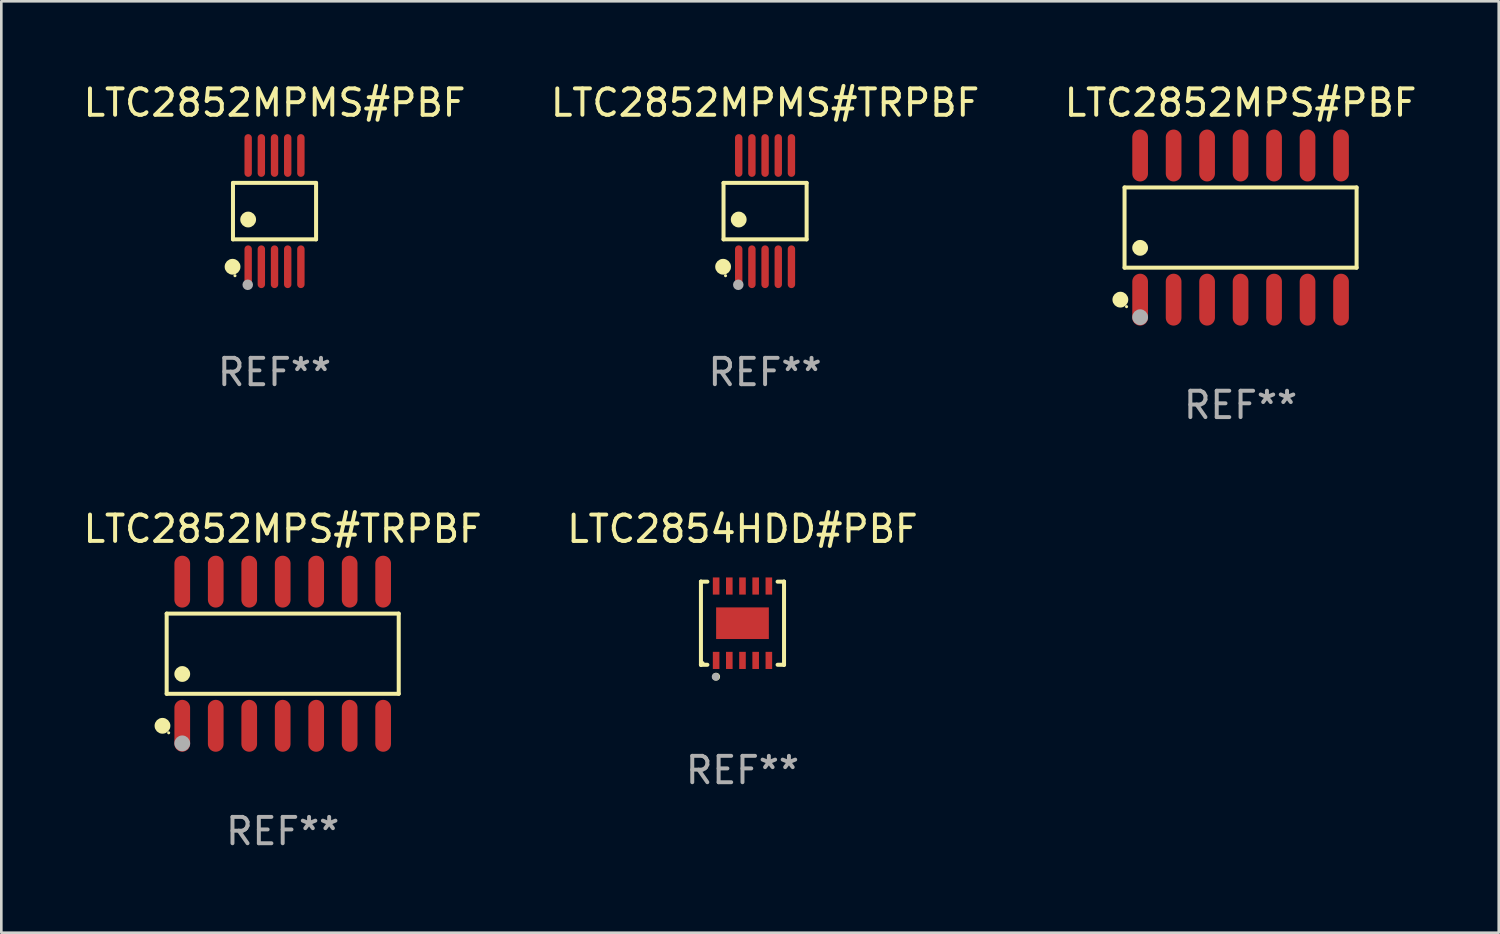
<source format=kicad_pcb>
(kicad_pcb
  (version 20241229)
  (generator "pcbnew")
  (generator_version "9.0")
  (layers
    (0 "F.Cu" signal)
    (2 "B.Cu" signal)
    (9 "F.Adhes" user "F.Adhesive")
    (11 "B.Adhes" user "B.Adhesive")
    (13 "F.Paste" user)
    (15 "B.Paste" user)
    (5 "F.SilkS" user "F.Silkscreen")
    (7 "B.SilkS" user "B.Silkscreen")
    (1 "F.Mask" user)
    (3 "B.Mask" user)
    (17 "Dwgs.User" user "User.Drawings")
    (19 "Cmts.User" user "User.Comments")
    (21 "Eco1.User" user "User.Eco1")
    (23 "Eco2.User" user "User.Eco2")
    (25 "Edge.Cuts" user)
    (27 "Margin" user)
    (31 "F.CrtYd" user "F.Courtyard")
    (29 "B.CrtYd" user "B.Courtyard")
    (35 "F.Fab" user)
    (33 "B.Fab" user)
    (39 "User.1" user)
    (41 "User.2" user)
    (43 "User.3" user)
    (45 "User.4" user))
  (footprint "LTC2852MPS#TRPBF"
    (layer "F.Cu")
    (at 7.673 21.746)
    (property "Reference" "LTC2852MPS#TRPBF" (at 0 -4.734 0) (layer "F.SilkS") (effects (font (size 1 1) (thickness 0.15))))
    (attr through_hole)
    (fp_line (start -4.401 -1.521) (end 4.401 -1.521) (stroke (width 0.152) (type solid)) (layer "F.SilkS"))
    (fp_line (start -4.401 1.521) (end -4.401 -1.521) (stroke (width 0.152) (type solid)) (layer "F.SilkS"))
    (fp_line (start 4.401 -1.521) (end 4.401 1.521) (stroke (width 0.152) (type solid)) (layer "F.SilkS"))
    (fp_line (start 4.401 1.521) (end -4.401 1.521) (stroke (width 0.152) (type solid)) (layer "F.SilkS"))
    (fp_circle (center -4.56 2.734) (end -4.41 2.734) (stroke (width 0.3) (type solid)) (fill no) (layer "F.SilkS"))
    (fp_circle (center -4.325 3) (end -4.295 3) (stroke (width 0.06) (type solid)) (fill no) (layer "F.SilkS"))
    (fp_circle (center -3.81 0.769) (end -3.66 0.769) (stroke (width 0.3) (type solid)) (fill no) (layer "F.SilkS"))
    (fp_circle (center -3.81 3.4) (end -3.66 3.4) (stroke (width 0.3) (type solid)) (fill no) (layer "F.Fab"))
    (fp_text user "REF**" (at 0 6.734 0) (layer "F.Fab") (effects (font (size 1 1) (thickness 0.15))))
    (pad "1" smd oval (at -3.81 2.734) (size 0.595 1.968) (layers "F.Cu" "F.Mask" "F.Paste"))
    (pad "2" smd oval (at -2.54 2.734) (size 0.595 1.968) (layers "F.Cu" "F.Mask" "F.Paste"))
    (pad "3" smd oval (at -1.27 2.734) (size 0.595 1.968) (layers "F.Cu" "F.Mask" "F.Paste"))
    (pad "4" smd oval (at 0 2.734) (size 0.595 1.968) (layers "F.Cu" "F.Mask" "F.Paste"))
    (pad "5" smd oval (at 1.27 2.734) (size 0.595 1.968) (layers "F.Cu" "F.Mask" "F.Paste"))
    (pad "6" smd oval (at 2.54 2.734) (size 0.595 1.968) (layers "F.Cu" "F.Mask" "F.Paste"))
    (pad "7" smd oval (at 3.81 2.734) (size 0.595 1.968) (layers "F.Cu" "F.Mask" "F.Paste"))
    (pad "8" smd oval (at 3.81 -2.734) (size 0.595 1.968) (layers "F.Cu" "F.Mask" "F.Paste"))
    (pad "9" smd oval (at 2.54 -2.734) (size 0.595 1.968) (layers "F.Cu" "F.Mask" "F.Paste"))
    (pad "10" smd oval (at 1.27 -2.734) (size 0.595 1.968) (layers "F.Cu" "F.Mask" "F.Paste"))
    (pad "11" smd oval (at 0 -2.734) (size 0.595 1.968) (layers "F.Cu" "F.Mask" "F.Paste"))
    (pad "12" smd oval (at -1.27 -2.734) (size 0.595 1.968) (layers "F.Cu" "F.Mask" "F.Paste"))
    (pad "13" smd oval (at -2.54 -2.734) (size 0.595 1.968) (layers "F.Cu" "F.Mask" "F.Paste"))
    (pad "14" smd oval (at -3.81 -2.734) (size 0.595 1.968) (layers "F.Cu" "F.Mask" "F.Paste")))
  (footprint "LTC2852MPMS#TRPBF"
    (layer "F.Cu")
    (at 25.97 4.958)
    (property "Reference" "LTC2852MPMS#TRPBF" (at 0 -4.11 0) (layer "F.SilkS") (effects (font (size 1 1) (thickness 0.15))))
    (attr through_hole)
    (fp_line (start -1.576 -1.071) (end 1.576 -1.071) (stroke (width 0.152) (type solid)) (layer "F.SilkS"))
    (fp_line (start -1.576 1.071) (end -1.576 -1.071) (stroke (width 0.152) (type solid)) (layer "F.SilkS"))
    (fp_line (start 1.576 -1.071) (end 1.576 1.071) (stroke (width 0.152) (type solid)) (layer "F.SilkS"))
    (fp_line (start 1.576 1.071) (end -1.576 1.071) (stroke (width 0.152) (type solid)) (layer "F.SilkS"))
    (fp_circle (center -1.592 2.11) (end -1.442 2.11) (stroke (width 0.3) (type solid)) (fill no) (layer "F.SilkS"))
    (fp_circle (center -1.5 2.45) (end -1.47 2.45) (stroke (width 0.06) (type solid)) (fill no) (layer "F.SilkS"))
    (fp_circle (center -1 0.319) (end -0.85 0.319) (stroke (width 0.3) (type solid)) (fill no) (layer "F.SilkS"))
    (fp_circle (center -1.016 2.794) (end -0.916 2.794) (stroke (width 0.2) (type solid)) (fill no) (layer "F.Fab"))
    (fp_text user "REF**" (at 0 6.11 0) (layer "F.Fab") (effects (font (size 1 1) (thickness 0.15))))
    (pad "1" smd oval (at -1 2.11) (size 0.28 1.62) (layers "F.Cu" "F.Mask" "F.Paste"))
    (pad "2" smd oval (at -0.5 2.11) (size 0.28 1.62) (layers "F.Cu" "F.Mask" "F.Paste"))
    (pad "3" smd oval (at 0 2.11) (size 0.28 1.62) (layers "F.Cu" "F.Mask" "F.Paste"))
    (pad "4" smd oval (at 0.5 2.11) (size 0.28 1.62) (layers "F.Cu" "F.Mask" "F.Paste"))
    (pad "5" smd oval (at 1 2.11) (size 0.28 1.62) (layers "F.Cu" "F.Mask" "F.Paste"))
    (pad "6" smd oval (at 1 -2.11) (size 0.28 1.62) (layers "F.Cu" "F.Mask" "F.Paste"))
    (pad "7" smd oval (at 0.5 -2.11) (size 0.28 1.62) (layers "F.Cu" "F.Mask" "F.Paste"))
    (pad "8" smd oval (at 0 -2.11) (size 0.28 1.62) (layers "F.Cu" "F.Mask" "F.Paste"))
    (pad "9" smd oval (at -0.5 -2.11) (size 0.28 1.62) (layers "F.Cu" "F.Mask" "F.Paste"))
    (pad "10" smd oval (at -1 -2.11) (size 0.28 1.62) (layers "F.Cu" "F.Mask" "F.Paste")))
  (footprint "LTC2852MPS#PBF"
    (layer "F.Cu")
    (at 44.006 5.582)
    (property "Reference" "LTC2852MPS#PBF" (at 0 -4.734 0) (layer "F.SilkS") (effects (font (size 1 1) (thickness 0.15))))
    (attr through_hole)
    (fp_line (start -4.401 -1.521) (end 4.401 -1.521) (stroke (width 0.152) (type solid)) (layer "F.SilkS"))
    (fp_line (start -4.401 1.521) (end -4.401 -1.521) (stroke (width 0.152) (type solid)) (layer "F.SilkS"))
    (fp_line (start 4.401 -1.521) (end 4.401 1.521) (stroke (width 0.152) (type solid)) (layer "F.SilkS"))
    (fp_line (start 4.401 1.521) (end -4.401 1.521) (stroke (width 0.152) (type solid)) (layer "F.SilkS"))
    (fp_circle (center -4.56 2.734) (end -4.41 2.734) (stroke (width 0.3) (type solid)) (fill no) (layer "F.SilkS"))
    (fp_circle (center -4.325 3) (end -4.295 3) (stroke (width 0.06) (type solid)) (fill no) (layer "F.SilkS"))
    (fp_circle (center -3.81 0.769) (end -3.66 0.769) (stroke (width 0.3) (type solid)) (fill no) (layer "F.SilkS"))
    (fp_circle (center -3.81 3.4) (end -3.66 3.4) (stroke (width 0.3) (type solid)) (fill no) (layer "F.Fab"))
    (fp_text user "REF**" (at 0 6.734 0) (layer "F.Fab") (effects (font (size 1 1) (thickness 0.15))))
    (pad "1" smd oval (at -3.81 2.734) (size 0.595 1.968) (layers "F.Cu" "F.Mask" "F.Paste"))
    (pad "2" smd oval (at -2.54 2.734) (size 0.595 1.968) (layers "F.Cu" "F.Mask" "F.Paste"))
    (pad "3" smd oval (at -1.27 2.734) (size 0.595 1.968) (layers "F.Cu" "F.Mask" "F.Paste"))
    (pad "4" smd oval (at 0 2.734) (size 0.595 1.968) (layers "F.Cu" "F.Mask" "F.Paste"))
    (pad "5" smd oval (at 1.27 2.734) (size 0.595 1.968) (layers "F.Cu" "F.Mask" "F.Paste"))
    (pad "6" smd oval (at 2.54 2.734) (size 0.595 1.968) (layers "F.Cu" "F.Mask" "F.Paste"))
    (pad "7" smd oval (at 3.81 2.734) (size 0.595 1.968) (layers "F.Cu" "F.Mask" "F.Paste"))
    (pad "8" smd oval (at 3.81 -2.734) (size 0.595 1.968) (layers "F.Cu" "F.Mask" "F.Paste"))
    (pad "9" smd oval (at 2.54 -2.734) (size 0.595 1.968) (layers "F.Cu" "F.Mask" "F.Paste"))
    (pad "10" smd oval (at 1.27 -2.734) (size 0.595 1.968) (layers "F.Cu" "F.Mask" "F.Paste"))
    (pad "11" smd oval (at 0 -2.734) (size 0.595 1.968) (layers "F.Cu" "F.Mask" "F.Paste"))
    (pad "12" smd oval (at -1.27 -2.734) (size 0.595 1.968) (layers "F.Cu" "F.Mask" "F.Paste"))
    (pad "13" smd oval (at -2.54 -2.734) (size 0.595 1.968) (layers "F.Cu" "F.Mask" "F.Paste"))
    (pad "14" smd oval (at -3.81 -2.734) (size 0.595 1.968) (layers "F.Cu" "F.Mask" "F.Paste")))
  (footprint "LTC2852MPMS#PBF"
    (layer "F.Cu")
    (at 7.363 4.958)
    (property "Reference" "LTC2852MPMS#PBF" (at 0 -4.11 0) (layer "F.SilkS") (effects (font (size 1 1) (thickness 0.15))))
    (attr through_hole)
    (fp_line (start -1.576 -1.071) (end 1.576 -1.071) (stroke (width 0.152) (type solid)) (layer "F.SilkS"))
    (fp_line (start -1.576 1.071) (end -1.576 -1.071) (stroke (width 0.152) (type solid)) (layer "F.SilkS"))
    (fp_line (start 1.576 -1.071) (end 1.576 1.071) (stroke (width 0.152) (type solid)) (layer "F.SilkS"))
    (fp_line (start 1.576 1.071) (end -1.576 1.071) (stroke (width 0.152) (type solid)) (layer "F.SilkS"))
    (fp_circle (center -1.592 2.11) (end -1.442 2.11) (stroke (width 0.3) (type solid)) (fill no) (layer "F.SilkS"))
    (fp_circle (center -1.5 2.45) (end -1.47 2.45) (stroke (width 0.06) (type solid)) (fill no) (layer "F.SilkS"))
    (fp_circle (center -1 0.319) (end -0.85 0.319) (stroke (width 0.3) (type solid)) (fill no) (layer "F.SilkS"))
    (fp_circle (center -1.016 2.794) (end -0.916 2.794) (stroke (width 0.2) (type solid)) (fill no) (layer "F.Fab"))
    (fp_text user "REF**" (at 0 6.11 0) (layer "F.Fab") (effects (font (size 1 1) (thickness 0.15))))
    (pad "1" smd oval (at -1 2.11) (size 0.28 1.62) (layers "F.Cu" "F.Mask" "F.Paste"))
    (pad "2" smd oval (at -0.5 2.11) (size 0.28 1.62) (layers "F.Cu" "F.Mask" "F.Paste"))
    (pad "3" smd oval (at 0 2.11) (size 0.28 1.62) (layers "F.Cu" "F.Mask" "F.Paste"))
    (pad "4" smd oval (at 0.5 2.11) (size 0.28 1.62) (layers "F.Cu" "F.Mask" "F.Paste"))
    (pad "5" smd oval (at 1 2.11) (size 0.28 1.62) (layers "F.Cu" "F.Mask" "F.Paste"))
    (pad "6" smd oval (at 1 -2.11) (size 0.28 1.62) (layers "F.Cu" "F.Mask" "F.Paste"))
    (pad "7" smd oval (at 0.5 -2.11) (size 0.28 1.62) (layers "F.Cu" "F.Mask" "F.Paste"))
    (pad "8" smd oval (at 0 -2.11) (size 0.28 1.62) (layers "F.Cu" "F.Mask" "F.Paste"))
    (pad "9" smd oval (at -0.5 -2.11) (size 0.28 1.62) (layers "F.Cu" "F.Mask" "F.Paste"))
    (pad "10" smd oval (at -1 -2.11) (size 0.28 1.62) (layers "F.Cu" "F.Mask" "F.Paste")))
  (footprint "LTC2854HDD#PBF"
    (layer "F.Cu")
    (at 25.113 20.589)
    (property "Reference" "LTC2854HDD#PBF" (at 0 -3.576 0) (layer "F.SilkS") (effects (font (size 1 1) (thickness 0.15))))
    (attr through_hole)
    (fp_line (start -1.576 -1.576) (end -1.576 -1.576) (stroke (width 0.152) (type solid)) (layer "F.SilkS"))
    (fp_line (start -1.576 -1.576) (end -1.331 -1.576) (stroke (width 0.152) (type solid)) (layer "F.SilkS"))
    (fp_line (start -1.576 1.576) (end -1.576 -1.576) (stroke (width 0.152) (type solid)) (layer "F.SilkS"))
    (fp_line (start -1.576 1.576) (end -1.576 1.576) (stroke (width 0.152) (type solid)) (layer "F.SilkS"))
    (fp_line (start -1.331 1.576) (end -1.576 1.576) (stroke (width 0.152) (type solid)) (layer "F.SilkS"))
    (fp_line (start 1.331 1.576) (end 1.576 1.576) (stroke (width 0.152) (type solid)) (layer "F.SilkS"))
    (fp_line (start 1.576 -1.576) (end 1.331 -1.576) (stroke (width 0.152) (type solid)) (layer "F.SilkS"))
    (fp_line (start 1.576 -1.576) (end 1.576 -1.576) (stroke (width 0.152) (type solid)) (layer "F.SilkS"))
    (fp_line (start 1.576 1.576) (end 1.576 -1.576) (stroke (width 0.152) (type solid)) (layer "F.SilkS"))
    (fp_line (start 1.576 1.576) (end 1.576 1.576) (stroke (width 0.152) (type solid)) (layer "F.SilkS"))
    (fp_circle (center -1.5 1.5) (end -1.47 1.5) (stroke (width 0.06) (type solid)) (fill no) (layer "F.SilkS"))
    (fp_circle (center -1 2.028) (end -0.925 2.028) (stroke (width 0.15) (type solid)) (fill no) (layer "F.SilkS"))
    (fp_circle (center -1.016 2.032) (end -0.941 2.032) (stroke (width 0.15) (type solid)) (fill no) (layer "F.Fab"))
    (fp_text user "REF**" (at 0 5.576 0) (layer "F.Fab") (effects (font (size 1 1) (thickness 0.15))))
    (pad "1" smd rect (at -1 1.411) (size 0.25 0.65) (layers "F.Cu" "F.Mask" "F.Paste"))
    (pad "2" smd rect (at -0.5 1.411) (size 0.25 0.65) (layers "F.Cu" "F.Mask" "F.Paste"))
    (pad "3" smd rect (at 0 1.411) (size 0.25 0.65) (layers "F.Cu" "F.Mask" "F.Paste"))
    (pad "4" smd rect (at 0.5 1.411) (size 0.25 0.65) (layers "F.Cu" "F.Mask" "F.Paste"))
    (pad "5" smd rect (at 1 1.411) (size 0.25 0.65) (layers "F.Cu" "F.Mask" "F.Paste"))
    (pad "6" smd rect (at 1 -1.411) (size 0.25 0.65) (layers "F.Cu" "F.Mask" "F.Paste"))
    (pad "7" smd rect (at 0.5 -1.411) (size 0.25 0.65) (layers "F.Cu" "F.Mask" "F.Paste"))
    (pad "8" smd rect (at 0 -1.411) (size 0.25 0.65) (layers "F.Cu" "F.Mask" "F.Paste"))
    (pad "9" smd rect (at -0.5 -1.411) (size 0.25 0.65) (layers "F.Cu" "F.Mask" "F.Paste"))
    (pad "10" smd rect (at -1 -1.411) (size 0.25 0.65) (layers "F.Cu" "F.Mask" "F.Paste"))
    (pad "11" smd rect (at 0 0) (size 2 1.2) (layers "F.Cu" "F.Mask" "F.Paste")))
  (gr_rect
    (start -3 -3)
    (end 53.798 32.328)
    (stroke (width 0.1) (type default))
    (fill no)
    (layer "Edge.Cuts")))
</source>
